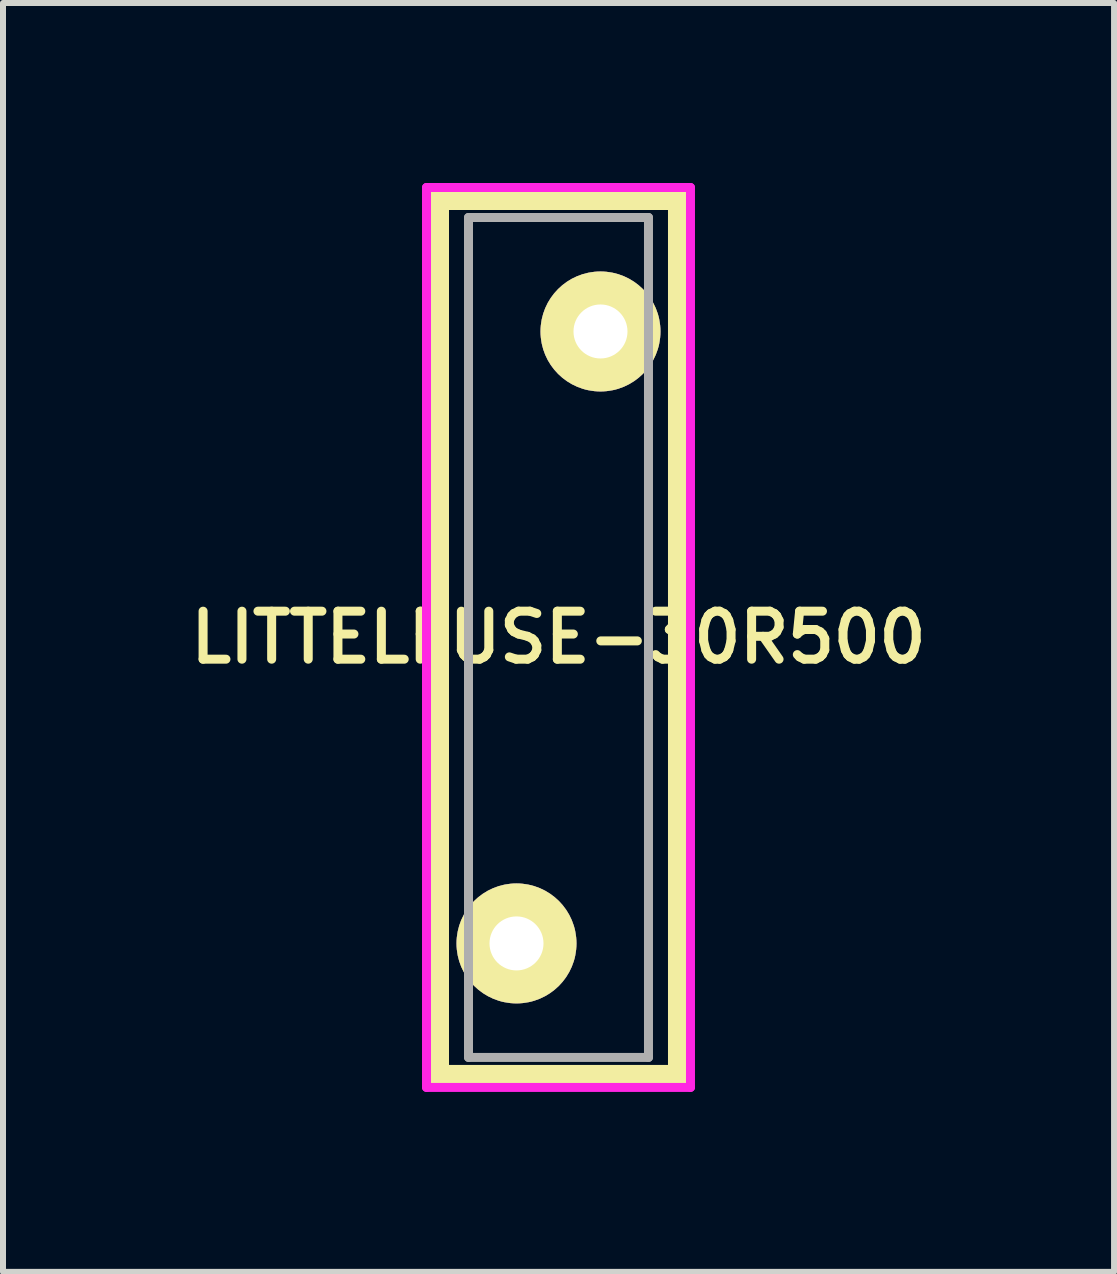
<source format=kicad_pcb>
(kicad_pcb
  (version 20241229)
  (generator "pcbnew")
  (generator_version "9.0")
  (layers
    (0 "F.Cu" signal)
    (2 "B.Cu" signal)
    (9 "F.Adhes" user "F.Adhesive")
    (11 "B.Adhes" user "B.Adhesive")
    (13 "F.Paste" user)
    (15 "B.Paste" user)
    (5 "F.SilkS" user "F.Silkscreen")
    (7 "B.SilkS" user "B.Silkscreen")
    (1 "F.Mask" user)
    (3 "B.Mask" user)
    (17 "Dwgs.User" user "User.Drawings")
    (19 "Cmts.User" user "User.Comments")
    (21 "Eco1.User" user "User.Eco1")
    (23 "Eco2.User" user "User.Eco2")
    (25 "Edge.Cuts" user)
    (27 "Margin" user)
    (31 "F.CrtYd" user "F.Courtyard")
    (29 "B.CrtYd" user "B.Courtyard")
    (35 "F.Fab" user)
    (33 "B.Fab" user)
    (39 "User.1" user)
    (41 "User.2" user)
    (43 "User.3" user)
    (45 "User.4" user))
  (footprint "LITTELFUSE-30R500"
    (layer "F.Cu")
    (at 6.259 7.575)
    (property "Reference" "LITTELFUSE-30R500" (at 0 0 0) (layer "F.SilkS") (effects (font (size 0.8 0.8) (thickness 0.15))))
    (attr through_hole)
    (fp_line (start -2 -7.3) (end 2 -7.3) (stroke (width 0.35) (type solid)) (layer "F.SilkS"))
    (fp_line (start -2 7.3) (end -2 -7.3) (stroke (width 0.35) (type solid)) (layer "F.SilkS"))
    (fp_line (start 2 -7.3) (end 2 7.3) (stroke (width 0.35) (type solid)) (layer "F.SilkS"))
    (fp_line (start 2 7.3) (end -2 7.3) (stroke (width 0.35) (type solid)) (layer "F.SilkS"))
    (fp_line (start -2.2 -7.5) (end 2.2 -7.5) (stroke (width 0.15) (type solid)) (layer "F.CrtYd"))
    (fp_line (start -2.2 7.5) (end -2.2 -7.5) (stroke (width 0.15) (type solid)) (layer "F.CrtYd"))
    (fp_line (start 2.2 -7.5) (end 2.2 7.5) (stroke (width 0.15) (type solid)) (layer "F.CrtYd"))
    (fp_line (start 2.2 7.5) (end -2.2 7.5) (stroke (width 0.15) (type solid)) (layer "F.CrtYd"))
    (fp_line (start -1.5 -7) (end 1.5 -7) (stroke (width 0.15) (type solid)) (layer "F.Fab"))
    (fp_line (start -1.5 7) (end -1.5 -7) (stroke (width 0.15) (type solid)) (layer "F.Fab"))
    (fp_line (start 1.5 -7) (end 1.5 7) (stroke (width 0.15) (type solid)) (layer "F.Fab"))
    (fp_line (start 1.5 7) (end -1.5 7) (stroke (width 0.15) (type solid)) (layer "F.Fab"))
    (pad "1" thru_hole circle (at -0.7 5.1) (size 2 2) (drill 0.9) (layers "*.Cu" "*.Mask" "F.SilkS"))
    (pad "2" thru_hole circle (at 0.7 -5.1) (size 2 2) (drill 0.9) (layers "*.Cu" "*.Mask" "F.SilkS")))
  (gr_rect
    (start -3 -3)
    (end 15.519 18.15)
    (stroke (width 0.1) (type default))
    (fill no)
    (layer "Edge.Cuts")))
</source>
